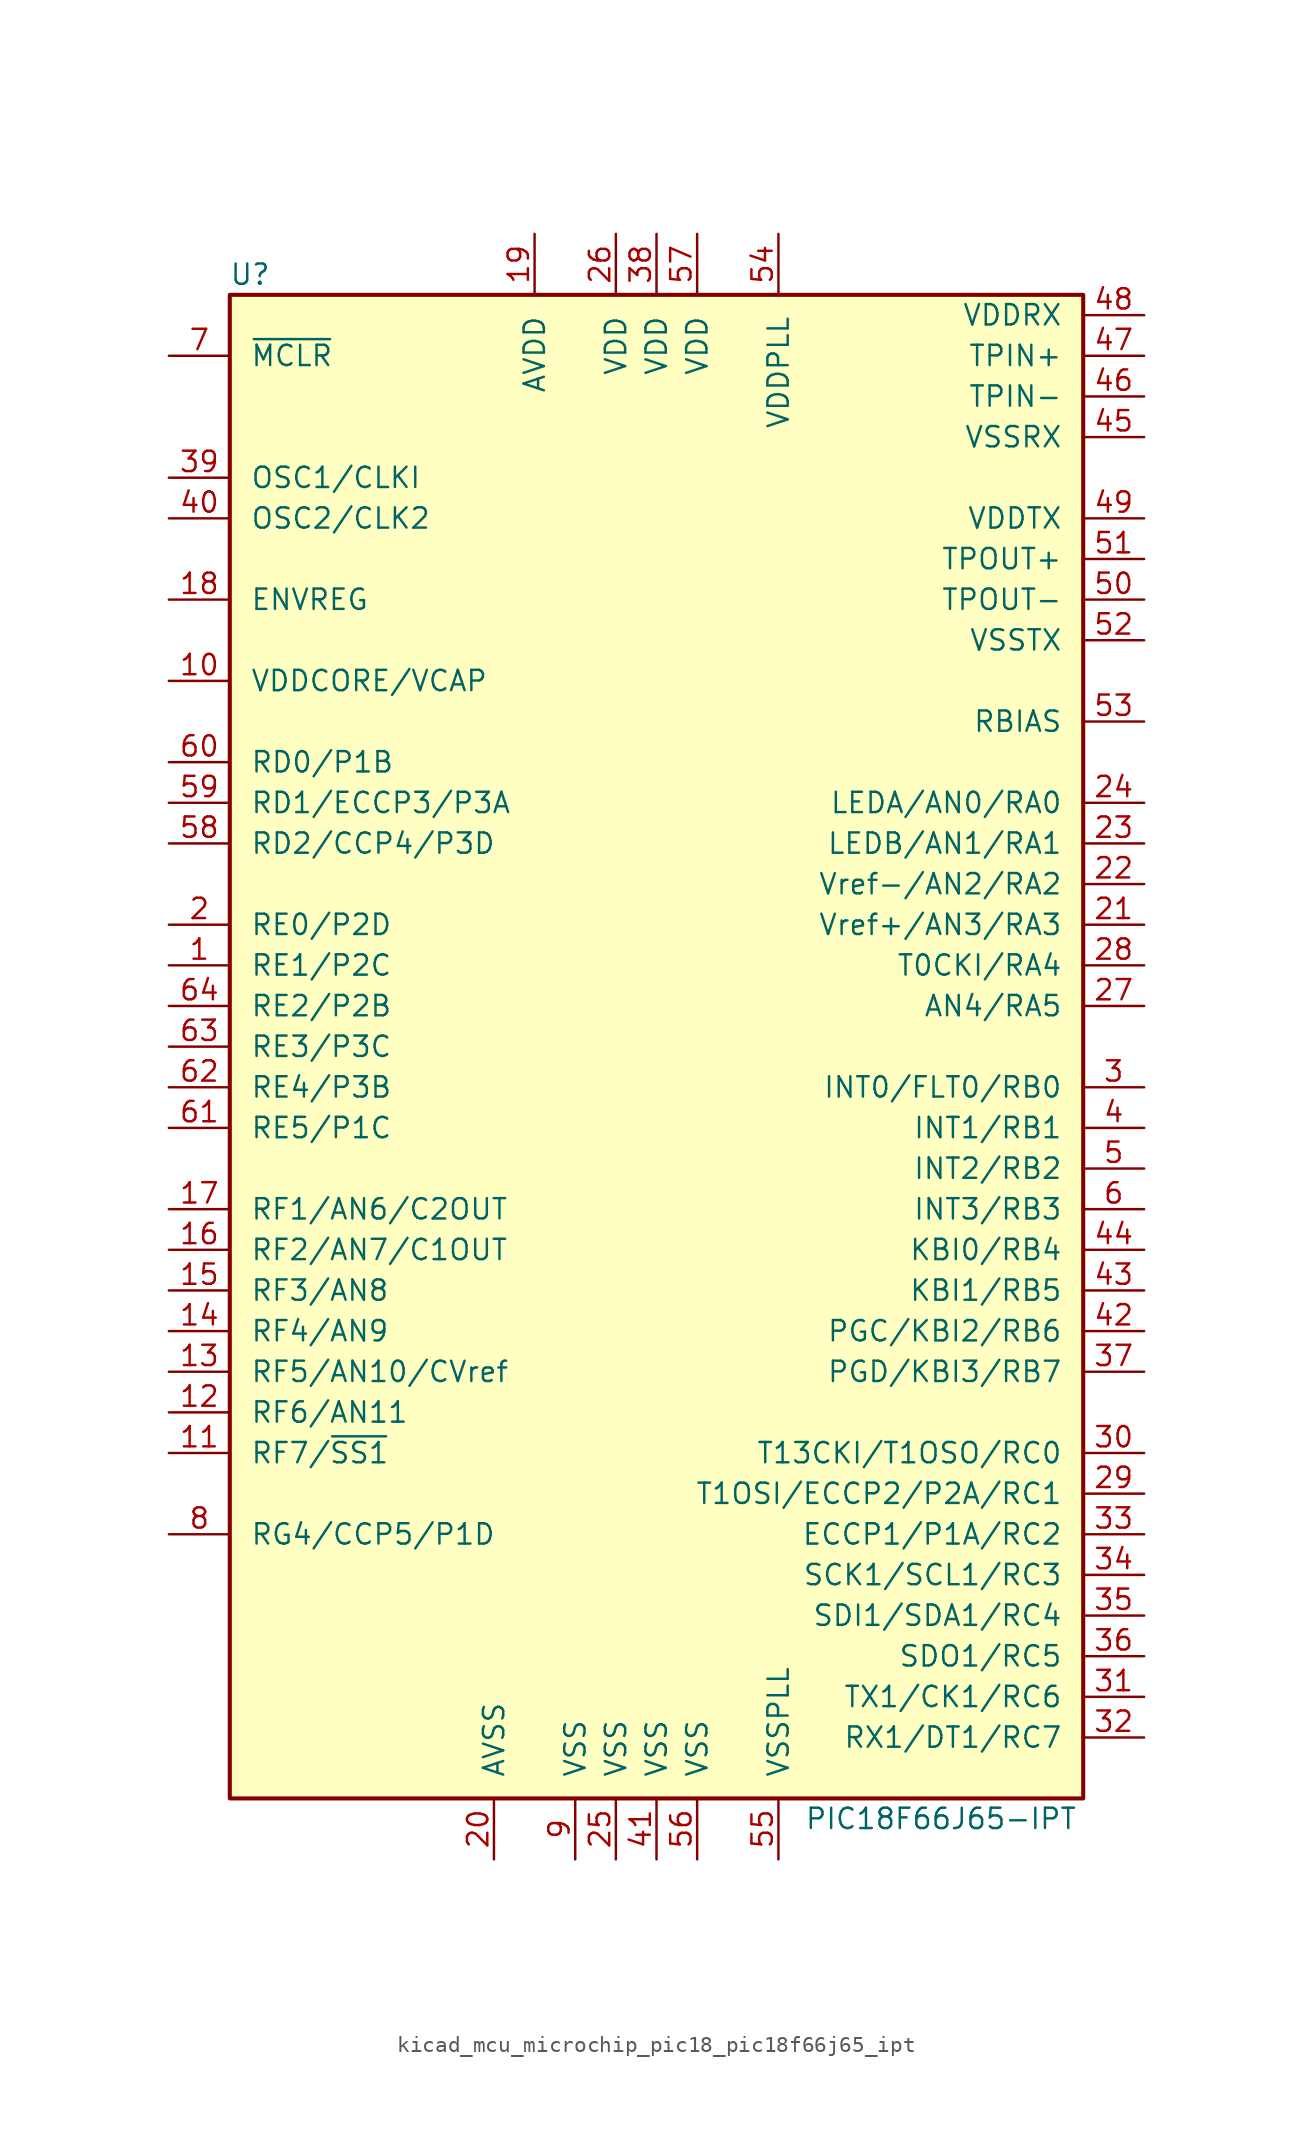
<source format=kicad_sym>
(kicad_symbol_lib
  (version 20220914)
  (generator kicad_symbol_editor)
  (symbol "kicad_mcu_microchip_pic18_pic18f66j65_ipt"
    (pin_names
      (offset 1.27))
    (property "Reference" "U"
      (at -25.4 48.26 0)
      (effects (font (size 1.27 1.27))))
    (property "Value" "PIC18F66J65-IPT"
      (at 17.78 -48.26 0)
      (effects (font (size 1.27 1.27))))
    (symbol "kicad_mcu_microchip_pic18_pic18f66j65_ipt_0_1"
      (rectangle (start -26.67 46.99) (end 26.67 -46.99) (stroke (width 0.254) (type default)) (fill (type background))))
    (symbol "kicad_mcu_microchip_pic18_pic18f66j65_ipt_1_1"
      (pin bidirectional line (at -30.48 5.08 0) (length 3.81) (name "RE1/P2C" (effects (font (size 1.27 1.27)))) (number "1" (effects (font (size 1.27 1.27)))))
      (pin passive line (at -30.48 22.86 0) (length 3.81) (name "VDDCORE/VCAP" (effects (font (size 1.27 1.27)))) (number "10" (effects (font (size 1.27 1.27)))))
      (pin bidirectional line (at -30.48 -25.4 0) (length 3.81) (name "RF7/~{SS1}" (effects (font (size 1.27 1.27)))) (number "11" (effects (font (size 1.27 1.27)))))
      (pin bidirectional line (at -30.48 -22.86 0) (length 3.81) (name "RF6/AN11" (effects (font (size 1.27 1.27)))) (number "12" (effects (font (size 1.27 1.27)))))
      (pin bidirectional line (at -30.48 -20.32 0) (length 3.81) (name "RF5/AN10/CVref" (effects (font (size 1.27 1.27)))) (number "13" (effects (font (size 1.27 1.27)))))
      (pin bidirectional line (at -30.48 -17.78 0) (length 3.81) (name "RF4/AN9" (effects (font (size 1.27 1.27)))) (number "14" (effects (font (size 1.27 1.27)))))
      (pin bidirectional line (at -30.48 -15.24 0) (length 3.81) (name "RF3/AN8" (effects (font (size 1.27 1.27)))) (number "15" (effects (font (size 1.27 1.27)))))
      (pin bidirectional line (at -30.48 -12.7 0) (length 3.81) (name "RF2/AN7/C1OUT" (effects (font (size 1.27 1.27)))) (number "16" (effects (font (size 1.27 1.27)))))
      (pin bidirectional line (at -30.48 -10.16 0) (length 3.81) (name "RF1/AN6/C2OUT" (effects (font (size 1.27 1.27)))) (number "17" (effects (font (size 1.27 1.27)))))
      (pin passive line (at -30.48 27.94 0) (length 3.81) (name "ENVREG" (effects (font (size 1.27 1.27)))) (number "18" (effects (font (size 1.27 1.27)))))
      (pin power_in line (at -7.62 50.8 270) (length 3.81) (name "AVDD" (effects (font (size 1.27 1.27)))) (number "19" (effects (font (size 1.27 1.27)))))
      (pin bidirectional line (at -30.48 7.62 0) (length 3.81) (name "RE0/P2D" (effects (font (size 1.27 1.27)))) (number "2" (effects (font (size 1.27 1.27)))))
      (pin power_in line (at -10.16 -50.8 90) (length 3.81) (name "AVSS" (effects (font (size 1.27 1.27)))) (number "20" (effects (font (size 1.27 1.27)))))
      (pin bidirectional line (at 30.48 7.62 180) (length 3.81) (name "Vref+/AN3/RA3" (effects (font (size 1.27 1.27)))) (number "21" (effects (font (size 1.27 1.27)))))
      (pin bidirectional line (at 30.48 10.16 180) (length 3.81) (name "Vref-/AN2/RA2" (effects (font (size 1.27 1.27)))) (number "22" (effects (font (size 1.27 1.27)))))
      (pin bidirectional line (at 30.48 12.7 180) (length 3.81) (name "LEDB/AN1/RA1" (effects (font (size 1.27 1.27)))) (number "23" (effects (font (size 1.27 1.27)))))
      (pin bidirectional line (at 30.48 15.24 180) (length 3.81) (name "LEDA/AN0/RA0" (effects (font (size 1.27 1.27)))) (number "24" (effects (font (size 1.27 1.27)))))
      (pin power_in line (at -2.54 -50.8 90) (length 3.81) (name "VSS" (effects (font (size 1.27 1.27)))) (number "25" (effects (font (size 1.27 1.27)))))
      (pin power_in line (at -2.54 50.8 270) (length 3.81) (name "VDD" (effects (font (size 1.27 1.27)))) (number "26" (effects (font (size 1.27 1.27)))))
      (pin bidirectional line (at 30.48 2.54 180) (length 3.81) (name "AN4/RA5" (effects (font (size 1.27 1.27)))) (number "27" (effects (font (size 1.27 1.27)))))
      (pin bidirectional line (at 30.48 5.08 180) (length 3.81) (name "T0CKI/RA4" (effects (font (size 1.27 1.27)))) (number "28" (effects (font (size 1.27 1.27)))))
      (pin bidirectional line (at 30.48 -27.94 180) (length 3.81) (name "T1OSI/ECCP2/P2A/RC1" (effects (font (size 1.27 1.27)))) (number "29" (effects (font (size 1.27 1.27)))))
      (pin bidirectional line (at 30.48 -2.54 180) (length 3.81) (name "INT0/FLT0/RB0" (effects (font (size 1.27 1.27)))) (number "3" (effects (font (size 1.27 1.27)))))
      (pin bidirectional line (at 30.48 -25.4 180) (length 3.81) (name "T13CKI/T1OSO/RC0" (effects (font (size 1.27 1.27)))) (number "30" (effects (font (size 1.27 1.27)))))
      (pin bidirectional line (at 30.48 -40.64 180) (length 3.81) (name "TX1/CK1/RC6" (effects (font (size 1.27 1.27)))) (number "31" (effects (font (size 1.27 1.27)))))
      (pin bidirectional line (at 30.48 -43.18 180) (length 3.81) (name "RX1/DT1/RC7" (effects (font (size 1.27 1.27)))) (number "32" (effects (font (size 1.27 1.27)))))
      (pin bidirectional line (at 30.48 -30.48 180) (length 3.81) (name "ECCP1/P1A/RC2" (effects (font (size 1.27 1.27)))) (number "33" (effects (font (size 1.27 1.27)))))
      (pin bidirectional line (at 30.48 -33.02 180) (length 3.81) (name "SCK1/SCL1/RC3" (effects (font (size 1.27 1.27)))) (number "34" (effects (font (size 1.27 1.27)))))
      (pin bidirectional line (at 30.48 -35.56 180) (length 3.81) (name "SDI1/SDA1/RC4" (effects (font (size 1.27 1.27)))) (number "35" (effects (font (size 1.27 1.27)))))
      (pin bidirectional line (at 30.48 -38.1 180) (length 3.81) (name "SDO1/RC5" (effects (font (size 1.27 1.27)))) (number "36" (effects (font (size 1.27 1.27)))))
      (pin bidirectional line (at 30.48 -20.32 180) (length 3.81) (name "PGD/KBI3/RB7" (effects (font (size 1.27 1.27)))) (number "37" (effects (font (size 1.27 1.27)))))
      (pin power_in line (at 0 50.8 270) (length 3.81) (name "VDD" (effects (font (size 1.27 1.27)))) (number "38" (effects (font (size 1.27 1.27)))))
      (pin input line (at -30.48 35.56 0) (length 3.81) (name "OSC1/CLKI" (effects (font (size 1.27 1.27)))) (number "39" (effects (font (size 1.27 1.27)))))
      (pin bidirectional line (at 30.48 -5.08 180) (length 3.81) (name "INT1/RB1" (effects (font (size 1.27 1.27)))) (number "4" (effects (font (size 1.27 1.27)))))
      (pin output line (at -30.48 33.02 0) (length 3.81) (name "OSC2/CLK2" (effects (font (size 1.27 1.27)))) (number "40" (effects (font (size 1.27 1.27)))))
      (pin power_in line (at 0 -50.8 90) (length 3.81) (name "VSS" (effects (font (size 1.27 1.27)))) (number "41" (effects (font (size 1.27 1.27)))))
      (pin bidirectional line (at 30.48 -17.78 180) (length 3.81) (name "PGC/KBI2/RB6" (effects (font (size 1.27 1.27)))) (number "42" (effects (font (size 1.27 1.27)))))
      (pin bidirectional line (at 30.48 -15.24 180) (length 3.81) (name "KBI1/RB5" (effects (font (size 1.27 1.27)))) (number "43" (effects (font (size 1.27 1.27)))))
      (pin bidirectional line (at 30.48 -12.7 180) (length 3.81) (name "KBI0/RB4" (effects (font (size 1.27 1.27)))) (number "44" (effects (font (size 1.27 1.27)))))
      (pin power_in line (at 30.48 38.1 180) (length 3.81) (name "VSSRX" (effects (font (size 1.27 1.27)))) (number "45" (effects (font (size 1.27 1.27)))))
      (pin passive line (at 30.48 40.64 180) (length 3.81) (name "TPIN-" (effects (font (size 1.27 1.27)))) (number "46" (effects (font (size 1.27 1.27)))))
      (pin passive line (at 30.48 43.18 180) (length 3.81) (name "TPIN+" (effects (font (size 1.27 1.27)))) (number "47" (effects (font (size 1.27 1.27)))))
      (pin power_in line (at 30.48 45.72 180) (length 3.81) (name "VDDRX" (effects (font (size 1.27 1.27)))) (number "48" (effects (font (size 1.27 1.27)))))
      (pin power_in line (at 30.48 33.02 180) (length 3.81) (name "VDDTX" (effects (font (size 1.27 1.27)))) (number "49" (effects (font (size 1.27 1.27)))))
      (pin bidirectional line (at 30.48 -7.62 180) (length 3.81) (name "INT2/RB2" (effects (font (size 1.27 1.27)))) (number "5" (effects (font (size 1.27 1.27)))))
      (pin passive line (at 30.48 27.94 180) (length 3.81) (name "TPOUT-" (effects (font (size 1.27 1.27)))) (number "50" (effects (font (size 1.27 1.27)))))
      (pin passive line (at 30.48 30.48 180) (length 3.81) (name "TPOUT+" (effects (font (size 1.27 1.27)))) (number "51" (effects (font (size 1.27 1.27)))))
      (pin power_in line (at 30.48 25.4 180) (length 3.81) (name "VSSTX" (effects (font (size 1.27 1.27)))) (number "52" (effects (font (size 1.27 1.27)))))
      (pin passive line (at 30.48 20.32 180) (length 3.81) (name "RBIAS" (effects (font (size 1.27 1.27)))) (number "53" (effects (font (size 1.27 1.27)))))
      (pin power_in line (at 7.62 50.8 270) (length 3.81) (name "VDDPLL" (effects (font (size 1.27 1.27)))) (number "54" (effects (font (size 1.27 1.27)))))
      (pin power_in line (at 7.62 -50.8 90) (length 3.81) (name "VSSPLL" (effects (font (size 1.27 1.27)))) (number "55" (effects (font (size 1.27 1.27)))))
      (pin power_in line (at 2.54 -50.8 90) (length 3.81) (name "VSS" (effects (font (size 1.27 1.27)))) (number "56" (effects (font (size 1.27 1.27)))))
      (pin power_in line (at 2.54 50.8 270) (length 3.81) (name "VDD" (effects (font (size 1.27 1.27)))) (number "57" (effects (font (size 1.27 1.27)))))
      (pin bidirectional line (at -30.48 12.7 0) (length 3.81) (name "RD2/CCP4/P3D" (effects (font (size 1.27 1.27)))) (number "58" (effects (font (size 1.27 1.27)))))
      (pin bidirectional line (at -30.48 15.24 0) (length 3.81) (name "RD1/ECCP3/P3A" (effects (font (size 1.27 1.27)))) (number "59" (effects (font (size 1.27 1.27)))))
      (pin bidirectional line (at 30.48 -10.16 180) (length 3.81) (name "INT3/RB3" (effects (font (size 1.27 1.27)))) (number "6" (effects (font (size 1.27 1.27)))))
      (pin bidirectional line (at -30.48 17.78 0) (length 3.81) (name "RD0/P1B" (effects (font (size 1.27 1.27)))) (number "60" (effects (font (size 1.27 1.27)))))
      (pin bidirectional line (at -30.48 -5.08 0) (length 3.81) (name "RE5/P1C" (effects (font (size 1.27 1.27)))) (number "61" (effects (font (size 1.27 1.27)))))
      (pin bidirectional line (at -30.48 -2.54 0) (length 3.81) (name "RE4/P3B" (effects (font (size 1.27 1.27)))) (number "62" (effects (font (size 1.27 1.27)))))
      (pin bidirectional line (at -30.48 0 0) (length 3.81) (name "RE3/P3C" (effects (font (size 1.27 1.27)))) (number "63" (effects (font (size 1.27 1.27)))))
      (pin bidirectional line (at -30.48 2.54 0) (length 3.81) (name "RE2/P2B" (effects (font (size 1.27 1.27)))) (number "64" (effects (font (size 1.27 1.27)))))
      (pin input line (at -30.48 43.18 0) (length 3.81) (name "~{MCLR}" (effects (font (size 1.27 1.27)))) (number "7" (effects (font (size 1.27 1.27)))))
      (pin bidirectional line (at -30.48 -30.48 0) (length 3.81) (name "RG4/CCP5/P1D" (effects (font (size 1.27 1.27)))) (number "8" (effects (font (size 1.27 1.27)))))
      (pin power_in line (at -5.08 -50.8 90) (length 3.81) (name "VSS" (effects (font (size 1.27 1.27)))) (number "9" (effects (font (size 1.27 1.27))))))))
</source>
